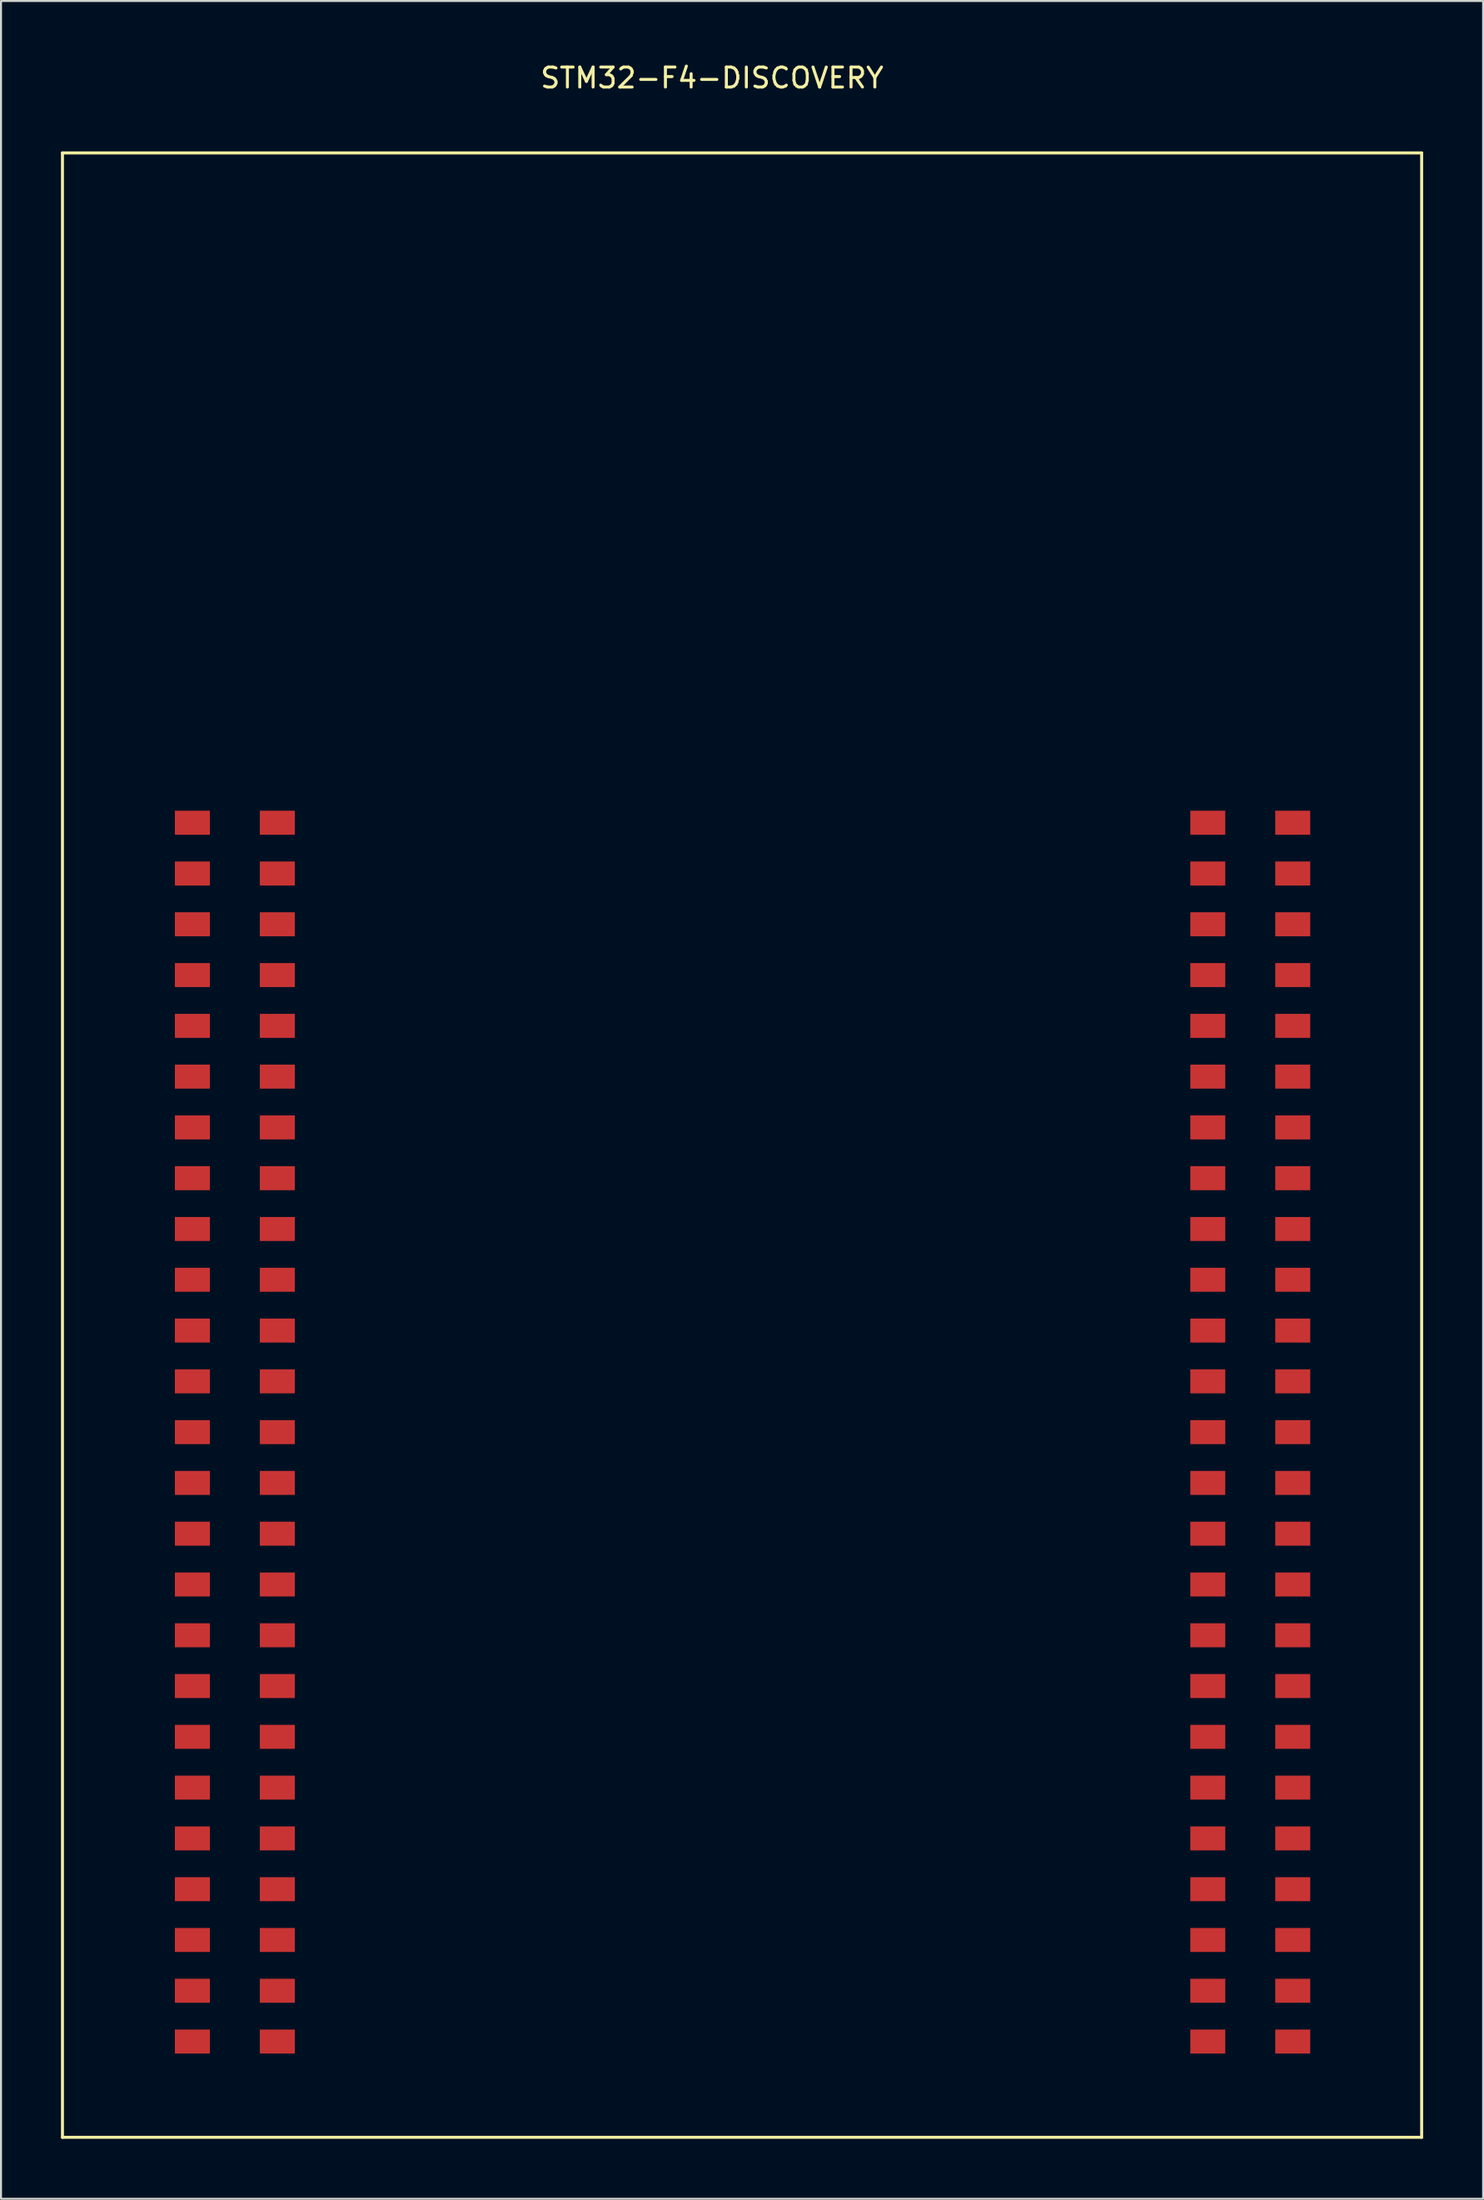
<source format=kicad_pcb>
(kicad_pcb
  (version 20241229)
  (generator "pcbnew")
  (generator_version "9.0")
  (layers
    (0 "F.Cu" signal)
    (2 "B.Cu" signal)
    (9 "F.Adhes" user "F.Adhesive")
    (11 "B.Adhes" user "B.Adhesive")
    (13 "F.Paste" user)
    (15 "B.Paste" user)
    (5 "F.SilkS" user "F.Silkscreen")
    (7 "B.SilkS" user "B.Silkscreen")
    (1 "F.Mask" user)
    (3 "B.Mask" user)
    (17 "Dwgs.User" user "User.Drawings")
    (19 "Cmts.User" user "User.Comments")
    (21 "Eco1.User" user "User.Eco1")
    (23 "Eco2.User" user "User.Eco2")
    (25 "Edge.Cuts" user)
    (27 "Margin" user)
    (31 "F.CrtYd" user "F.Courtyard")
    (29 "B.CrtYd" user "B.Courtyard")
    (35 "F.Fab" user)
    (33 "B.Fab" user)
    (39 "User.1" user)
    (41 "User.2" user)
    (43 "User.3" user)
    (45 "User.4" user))
  (footprint "STM32-F4-DISCOVERY"
    (layer "F.Cu")
    (at 6.575 38.098)
    (property "Reference" "STM32-F4-DISCOVERY" (at 26 -37.25 0) (layer "F.SilkS") (effects (font (size 1 1) (thickness 0.15))))
    (attr through_hole)
    (fp_line (start -6.5 -33.5) (end -6.5 65.75) (stroke (width 0.15) (type solid)) (layer "F.SilkS"))
    (fp_line (start -6.5 65.75) (end 61.5 65.75) (stroke (width 0.15) (type solid)) (layer "F.SilkS"))
    (fp_line (start 61.5 -33.5) (end -6.5 -33.5) (stroke (width 0.15) (type solid)) (layer "F.SilkS"))
    (fp_line (start 61.5 65.75) (end 61.5 -33.5) (stroke (width 0.15) (type solid)) (layer "F.SilkS"))
    (pad "1" smd rect (at 0 0) (size 1.75 1.2) (layers "F.Cu" "F.Mask" "F.Paste"))
    (pad "2" smd rect (at 4.25 0) (size 1.75 1.2) (layers "F.Cu" "F.Mask" "F.Paste"))
    (pad "3" smd rect (at 0 2.54) (size 1.75 1.2) (layers "F.Cu" "F.Mask" "F.Paste"))
    (pad "4" smd rect (at 4.25 2.54) (size 1.75 1.2) (layers "F.Cu" "F.Mask" "F.Paste"))
    (pad "5" smd rect (at 0 5.08) (size 1.75 1.2) (layers "F.Cu" "F.Mask" "F.Paste"))
    (pad "6" smd rect (at 4.25 5.08) (size 1.75 1.2) (layers "F.Cu" "F.Mask" "F.Paste"))
    (pad "7" smd rect (at 0 7.62) (size 1.75 1.2) (layers "F.Cu" "F.Mask" "F.Paste"))
    (pad "8" smd rect (at 4.25 7.62) (size 1.75 1.2) (layers "F.Cu" "F.Mask" "F.Paste"))
    (pad "9" smd rect (at 0 10.16) (size 1.75 1.2) (layers "F.Cu" "F.Mask" "F.Paste"))
    (pad "10" smd rect (at 4.25 10.16) (size 1.75 1.2) (layers "F.Cu" "F.Mask" "F.Paste"))
    (pad "11" smd rect (at 0 12.7) (size 1.75 1.2) (layers "F.Cu" "F.Mask" "F.Paste"))
    (pad "12" smd rect (at 4.25 12.7) (size 1.75 1.2) (layers "F.Cu" "F.Mask" "F.Paste"))
    (pad "13" smd rect (at 0 15.24) (size 1.75 1.2) (layers "F.Cu" "F.Mask" "F.Paste"))
    (pad "14" smd rect (at 4.25 15.24) (size 1.75 1.2) (layers "F.Cu" "F.Mask" "F.Paste"))
    (pad "15" smd rect (at 0 17.78) (size 1.75 1.2) (layers "F.Cu" "F.Mask" "F.Paste"))
    (pad "16" smd rect (at 4.25 17.78) (size 1.75 1.2) (layers "F.Cu" "F.Mask" "F.Paste"))
    (pad "17" smd rect (at 0 20.32) (size 1.75 1.2) (layers "F.Cu" "F.Mask" "F.Paste"))
    (pad "18" smd rect (at 4.25 20.32) (size 1.75 1.2) (layers "F.Cu" "F.Mask" "F.Paste"))
    (pad "19" smd rect (at 0 22.86) (size 1.75 1.2) (layers "F.Cu" "F.Mask" "F.Paste"))
    (pad "20" smd rect (at 4.25 22.86) (size 1.75 1.2) (layers "F.Cu" "F.Mask" "F.Paste"))
    (pad "21" smd rect (at 0 25.4) (size 1.75 1.2) (layers "F.Cu" "F.Mask" "F.Paste"))
    (pad "22" smd rect (at 4.25 25.4) (size 1.75 1.2) (layers "F.Cu" "F.Mask" "F.Paste"))
    (pad "23" smd rect (at 0 27.94) (size 1.75 1.2) (layers "F.Cu" "F.Mask" "F.Paste"))
    (pad "24" smd rect (at 4.25 27.94) (size 1.75 1.2) (layers "F.Cu" "F.Mask" "F.Paste"))
    (pad "25" smd rect (at 0 30.48) (size 1.75 1.2) (layers "F.Cu" "F.Mask" "F.Paste"))
    (pad "26" smd rect (at 4.25 30.48) (size 1.75 1.2) (layers "F.Cu" "F.Mask" "F.Paste"))
    (pad "27" smd rect (at 0 33.02) (size 1.75 1.2) (layers "F.Cu" "F.Mask" "F.Paste"))
    (pad "28" smd rect (at 4.25 33.02) (size 1.75 1.2) (layers "F.Cu" "F.Mask" "F.Paste"))
    (pad "29" smd rect (at 0 35.56) (size 1.75 1.2) (layers "F.Cu" "F.Mask" "F.Paste"))
    (pad "30" smd rect (at 4.25 35.56) (size 1.75 1.2) (layers "F.Cu" "F.Mask" "F.Paste"))
    (pad "31" smd rect (at 0 38.1) (size 1.75 1.2) (layers "F.Cu" "F.Mask" "F.Paste"))
    (pad "32" smd rect (at 4.25 38.1) (size 1.75 1.2) (layers "F.Cu" "F.Mask" "F.Paste"))
    (pad "33" smd rect (at 0 40.64) (size 1.75 1.2) (layers "F.Cu" "F.Mask" "F.Paste"))
    (pad "34" smd rect (at 4.25 40.64) (size 1.75 1.2) (layers "F.Cu" "F.Mask" "F.Paste"))
    (pad "35" smd rect (at 0 43.18) (size 1.75 1.2) (layers "F.Cu" "F.Mask" "F.Paste"))
    (pad "36" smd rect (at 4.25 43.18) (size 1.75 1.2) (layers "F.Cu" "F.Mask" "F.Paste"))
    (pad "37" smd rect (at 0 45.72) (size 1.75 1.2) (layers "F.Cu" "F.Mask" "F.Paste"))
    (pad "38" smd rect (at 4.25 45.72) (size 1.75 1.2) (layers "F.Cu" "F.Mask" "F.Paste"))
    (pad "39" smd rect (at 0 48.26) (size 1.75 1.2) (layers "F.Cu" "F.Mask" "F.Paste"))
    (pad "40" smd rect (at 4.25 48.26) (size 1.75 1.2) (layers "F.Cu" "F.Mask" "F.Paste"))
    (pad "41" smd rect (at 0 50.8) (size 1.75 1.2) (layers "F.Cu" "F.Mask" "F.Paste"))
    (pad "42" smd rect (at 4.25 50.8) (size 1.75 1.2) (layers "F.Cu" "F.Mask" "F.Paste"))
    (pad "43" smd rect (at 0 53.34) (size 1.75 1.2) (layers "F.Cu" "F.Mask" "F.Paste"))
    (pad "44" smd rect (at 4.25 53.34) (size 1.75 1.2) (layers "F.Cu" "F.Mask" "F.Paste"))
    (pad "45" smd rect (at 0 55.88) (size 1.75 1.2) (layers "F.Cu" "F.Mask" "F.Paste"))
    (pad "46" smd rect (at 4.25 55.88) (size 1.75 1.2) (layers "F.Cu" "F.Mask" "F.Paste"))
    (pad "47" smd rect (at 0 58.42) (size 1.75 1.2) (layers "F.Cu" "F.Mask" "F.Paste"))
    (pad "48" smd rect (at 4.25 58.42) (size 1.75 1.2) (layers "F.Cu" "F.Mask" "F.Paste"))
    (pad "49" smd rect (at 0 60.96) (size 1.75 1.2) (layers "F.Cu" "F.Mask" "F.Paste"))
    (pad "50" smd rect (at 4.25 60.96) (size 1.75 1.2) (layers "F.Cu" "F.Mask" "F.Paste"))
    (pad "51" smd rect (at 50.8 0) (size 1.75 1.2) (layers "F.Cu" "F.Mask" "F.Paste"))
    (pad "52" smd rect (at 55.05 0) (size 1.75 1.2) (layers "F.Cu" "F.Mask" "F.Paste"))
    (pad "53" smd rect (at 50.8 2.54) (size 1.75 1.2) (layers "F.Cu" "F.Mask" "F.Paste"))
    (pad "54" smd rect (at 55.05 2.54) (size 1.75 1.2) (layers "F.Cu" "F.Mask" "F.Paste"))
    (pad "55" smd rect (at 50.8 5.08) (size 1.75 1.2) (layers "F.Cu" "F.Mask" "F.Paste"))
    (pad "56" smd rect (at 55.05 5.08) (size 1.75 1.2) (layers "F.Cu" "F.Mask" "F.Paste"))
    (pad "57" smd rect (at 50.8 7.62) (size 1.75 1.2) (layers "F.Cu" "F.Mask" "F.Paste"))
    (pad "58" smd rect (at 55.05 7.62) (size 1.75 1.2) (layers "F.Cu" "F.Mask" "F.Paste"))
    (pad "59" smd rect (at 50.8 10.16) (size 1.75 1.2) (layers "F.Cu" "F.Mask" "F.Paste"))
    (pad "60" smd rect (at 55.05 10.16) (size 1.75 1.2) (layers "F.Cu" "F.Mask" "F.Paste"))
    (pad "61" smd rect (at 50.8 12.7) (size 1.75 1.2) (layers "F.Cu" "F.Mask" "F.Paste"))
    (pad "62" smd rect (at 55.05 12.7) (size 1.75 1.2) (layers "F.Cu" "F.Mask" "F.Paste"))
    (pad "63" smd rect (at 50.8 15.24) (size 1.75 1.2) (layers "F.Cu" "F.Mask" "F.Paste"))
    (pad "64" smd rect (at 55.05 15.24) (size 1.75 1.2) (layers "F.Cu" "F.Mask" "F.Paste"))
    (pad "65" smd rect (at 50.8 17.78) (size 1.75 1.2) (layers "F.Cu" "F.Mask" "F.Paste"))
    (pad "66" smd rect (at 55.05 17.78) (size 1.75 1.2) (layers "F.Cu" "F.Mask" "F.Paste"))
    (pad "67" smd rect (at 50.8 20.32) (size 1.75 1.2) (layers "F.Cu" "F.Mask" "F.Paste"))
    (pad "68" smd rect (at 55.05 20.32) (size 1.75 1.2) (layers "F.Cu" "F.Mask" "F.Paste"))
    (pad "69" smd rect (at 50.8 22.86) (size 1.75 1.2) (layers "F.Cu" "F.Mask" "F.Paste"))
    (pad "70" smd rect (at 55.05 22.86) (size 1.75 1.2) (layers "F.Cu" "F.Mask" "F.Paste"))
    (pad "71" smd rect (at 50.8 25.4) (size 1.75 1.2) (layers "F.Cu" "F.Mask" "F.Paste"))
    (pad "72" smd rect (at 55.05 25.4) (size 1.75 1.2) (layers "F.Cu" "F.Mask" "F.Paste"))
    (pad "73" smd rect (at 50.8 27.94) (size 1.75 1.2) (layers "F.Cu" "F.Mask" "F.Paste"))
    (pad "74" smd rect (at 55.05 27.94) (size 1.75 1.2) (layers "F.Cu" "F.Mask" "F.Paste"))
    (pad "75" smd rect (at 50.8 30.48) (size 1.75 1.2) (layers "F.Cu" "F.Mask" "F.Paste"))
    (pad "76" smd rect (at 55.05 30.48) (size 1.75 1.2) (layers "F.Cu" "F.Mask" "F.Paste"))
    (pad "77" smd rect (at 50.8 33.02) (size 1.75 1.2) (layers "F.Cu" "F.Mask" "F.Paste"))
    (pad "78" smd rect (at 55.05 33.02) (size 1.75 1.2) (layers "F.Cu" "F.Mask" "F.Paste"))
    (pad "79" smd rect (at 50.8 35.56) (size 1.75 1.2) (layers "F.Cu" "F.Mask" "F.Paste"))
    (pad "80" smd rect (at 55.05 35.56) (size 1.75 1.2) (layers "F.Cu" "F.Mask" "F.Paste"))
    (pad "81" smd rect (at 50.8 38.1) (size 1.75 1.2) (layers "F.Cu" "F.Mask" "F.Paste"))
    (pad "82" smd rect (at 55.05 38.1) (size 1.75 1.2) (layers "F.Cu" "F.Mask" "F.Paste"))
    (pad "83" smd rect (at 50.8 40.64) (size 1.75 1.2) (layers "F.Cu" "F.Mask" "F.Paste"))
    (pad "84" smd rect (at 55.05 40.64) (size 1.75 1.2) (layers "F.Cu" "F.Mask" "F.Paste"))
    (pad "85" smd rect (at 50.8 43.18) (size 1.75 1.2) (layers "F.Cu" "F.Mask" "F.Paste"))
    (pad "86" smd rect (at 55.05 43.18) (size 1.75 1.2) (layers "F.Cu" "F.Mask" "F.Paste"))
    (pad "87" smd rect (at 50.8 45.72) (size 1.75 1.2) (layers "F.Cu" "F.Mask" "F.Paste"))
    (pad "88" smd rect (at 55.05 45.72) (size 1.75 1.2) (layers "F.Cu" "F.Mask" "F.Paste"))
    (pad "89" smd rect (at 50.8 48.26) (size 1.75 1.2) (layers "F.Cu" "F.Mask" "F.Paste"))
    (pad "90" smd rect (at 55.05 48.26) (size 1.75 1.2) (layers "F.Cu" "F.Mask" "F.Paste"))
    (pad "91" smd rect (at 50.8 50.8) (size 1.75 1.2) (layers "F.Cu" "F.Mask" "F.Paste"))
    (pad "92" smd rect (at 55.05 50.8) (size 1.75 1.2) (layers "F.Cu" "F.Mask" "F.Paste"))
    (pad "93" smd rect (at 50.8 53.34) (size 1.75 1.2) (layers "F.Cu" "F.Mask" "F.Paste"))
    (pad "94" smd rect (at 55.05 53.34) (size 1.75 1.2) (layers "F.Cu" "F.Mask" "F.Paste"))
    (pad "95" smd rect (at 50.8 55.88) (size 1.75 1.2) (layers "F.Cu" "F.Mask" "F.Paste"))
    (pad "96" smd rect (at 55.05 55.88) (size 1.75 1.2) (layers "F.Cu" "F.Mask" "F.Paste"))
    (pad "97" smd rect (at 50.8 58.42) (size 1.75 1.2) (layers "F.Cu" "F.Mask" "F.Paste"))
    (pad "98" smd rect (at 55.05 58.42) (size 1.75 1.2) (layers "F.Cu" "F.Mask" "F.Paste"))
    (pad "99" smd rect (at 50.8 60.96) (size 1.75 1.2) (layers "F.Cu" "F.Mask" "F.Paste"))
    (pad "100" smd rect (at 55.05 60.96) (size 1.75 1.2) (layers "F.Cu" "F.Mask" "F.Paste")))
  (gr_rect
    (start -3 -3)
    (end 71.15 106.923)
    (stroke (width 0.1) (type default))
    (fill no)
    (layer "Edge.Cuts")))
</source>
